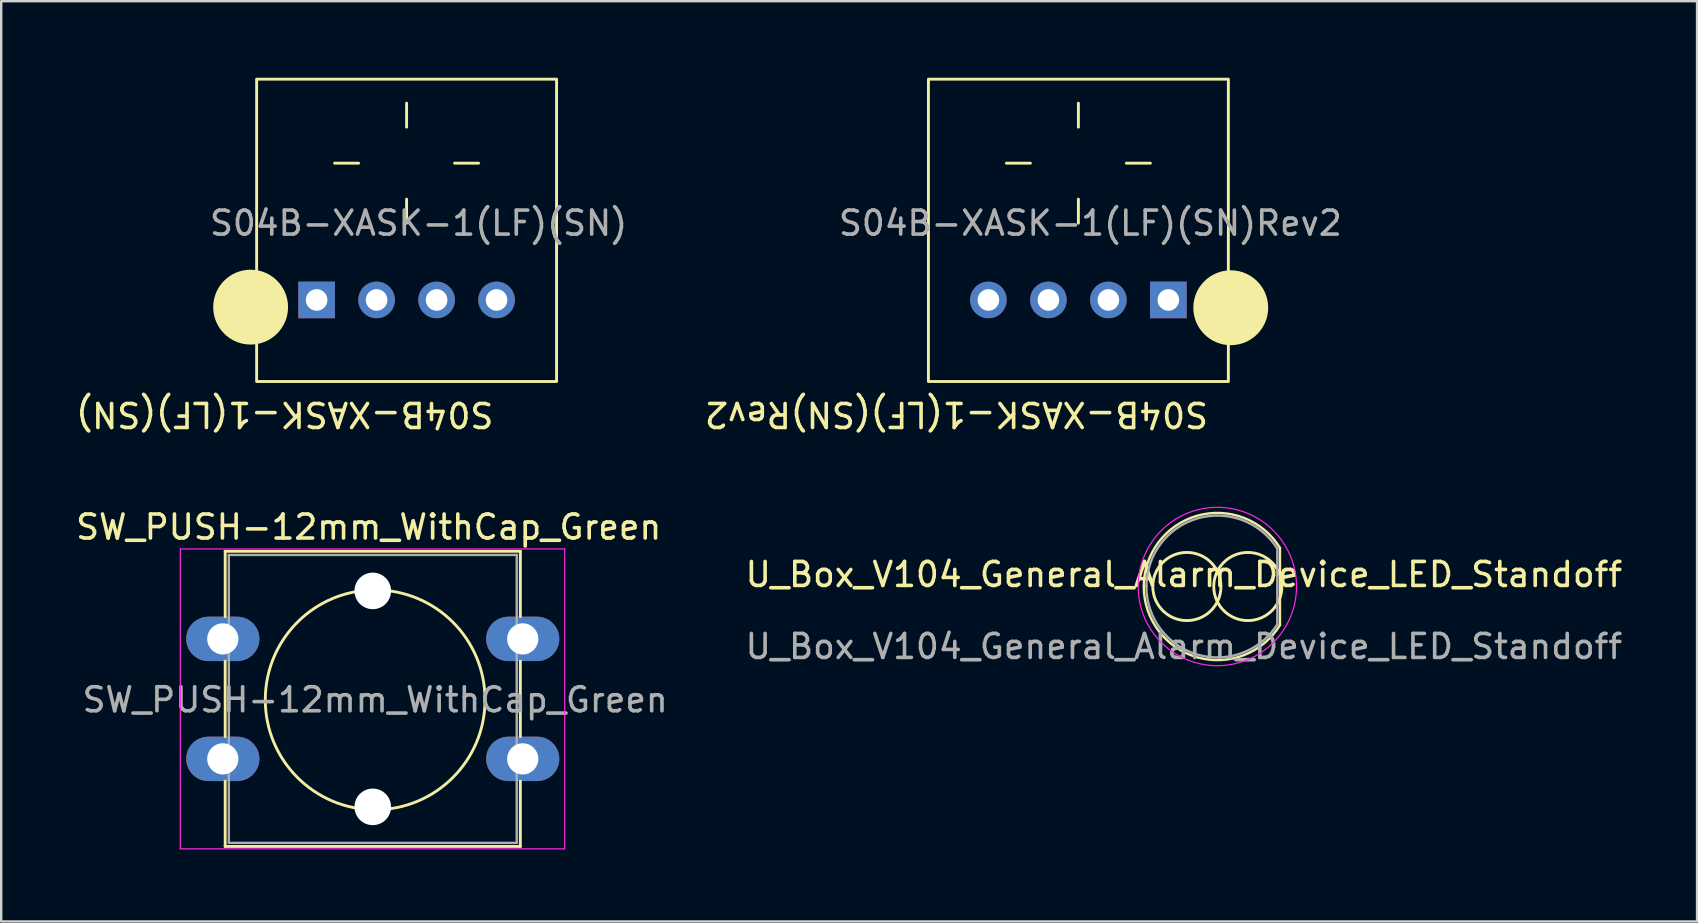
<source format=kicad_pcb>
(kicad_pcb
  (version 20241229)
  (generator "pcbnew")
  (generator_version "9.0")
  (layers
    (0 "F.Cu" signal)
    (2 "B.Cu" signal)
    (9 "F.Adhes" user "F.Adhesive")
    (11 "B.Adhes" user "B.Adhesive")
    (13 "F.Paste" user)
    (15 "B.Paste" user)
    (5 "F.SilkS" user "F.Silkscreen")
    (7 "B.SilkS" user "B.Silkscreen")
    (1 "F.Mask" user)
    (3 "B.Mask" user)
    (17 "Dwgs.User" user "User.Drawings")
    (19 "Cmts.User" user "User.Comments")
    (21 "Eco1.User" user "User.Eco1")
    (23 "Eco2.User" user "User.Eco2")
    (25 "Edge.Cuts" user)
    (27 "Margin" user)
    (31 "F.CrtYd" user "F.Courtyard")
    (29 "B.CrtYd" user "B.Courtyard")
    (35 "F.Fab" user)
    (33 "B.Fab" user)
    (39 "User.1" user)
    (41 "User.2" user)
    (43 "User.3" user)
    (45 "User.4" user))
  (footprint "SW_PUSH-12mm_WithCap_Green"
    (layer "F.Cu")
    (at 6.235 23.576)
    (property "Reference" "SW_PUSH-12mm_WithCap_Green" (at 6.08 -4.66 0) (layer "F.SilkS") (effects (font (size 1 1) (thickness 0.15))))
    (attr through_hole)
    (fp_line (start 0.1 -3.65) (end 12.4 -3.65) (stroke (width 0.12) (type solid)) (layer "F.SilkS"))
    (fp_line (start 0.1 -0.93) (end 0.1 -3.65) (stroke (width 0.12) (type solid)) (layer "F.SilkS"))
    (fp_line (start 0.1 4.07) (end 0.1 0.93) (stroke (width 0.12) (type solid)) (layer "F.SilkS"))
    (fp_line (start 0.1 8.65) (end 0.1 5.93) (stroke (width 0.12) (type solid)) (layer "F.SilkS"))
    (fp_line (start 12.4 -3.65) (end 12.4 -0.93) (stroke (width 0.12) (type solid)) (layer "F.SilkS"))
    (fp_line (start 12.4 0.93) (end 12.4 4.07) (stroke (width 0.12) (type solid)) (layer "F.SilkS"))
    (fp_line (start 12.4 5.93) (end 12.4 8.65) (stroke (width 0.12) (type solid)) (layer "F.SilkS"))
    (fp_line (start 12.4 8.65) (end 0.1 8.65) (stroke (width 0.12) (type solid)) (layer "F.SilkS"))
    (fp_circle (center 6.35 2.54) (end 10.16 5.08) (stroke (width 0.12) (type solid)) (fill no) (layer "F.SilkS"))
    (fp_line (start -1.77 -3.75) (end -1.77 8.75) (stroke (width 0.05) (type solid)) (layer "F.CrtYd"))
    (fp_line (start -1.77 -3.75) (end 14.25 -3.75) (stroke (width 0.05) (type solid)) (layer "F.CrtYd"))
    (fp_line (start 14.25 8.75) (end -1.77 8.75) (stroke (width 0.05) (type solid)) (layer "F.CrtYd"))
    (fp_line (start 14.25 8.75) (end 14.25 -3.75) (stroke (width 0.05) (type solid)) (layer "F.CrtYd"))
    (fp_line (start 0.25 -3.5) (end 0.25 8.5) (stroke (width 0.1) (type solid)) (layer "F.Fab"))
    (fp_line (start 0.25 -3.5) (end 12.25 -3.5) (stroke (width 0.1) (type solid)) (layer "F.Fab"))
    (fp_line (start 0.25 8.5) (end 12.25 8.5) (stroke (width 0.1) (type solid)) (layer "F.Fab"))
    (fp_line (start 12.25 -3.5) (end 12.25 8.5) (stroke (width 0.1) (type solid)) (layer "F.Fab"))
    (fp_text user "${REFERENCE}" (at 6.35 2.54 0) (layer "F.Fab") (effects (font (size 1 1) (thickness 0.15))))
    (pad "" np_thru_hole circle (at 6.25 -2) (size 1.524 1.524) (drill 1.8) (layers "*.Cu" "*.Mask"))
    (pad "" np_thru_hole circle (at 6.25 7) (size 1.524 1.524) (drill 1.8) (layers "*.Cu" "*.Mask"))
    (pad "1" thru_hole oval (at 0 0) (size 3.048 1.85) (drill 1.3) (layers "*.Cu" "*.Mask"))
    (pad "2" thru_hole oval (at 12.5 0) (size 3.048 1.85) (drill 1.3) (layers "*.Cu" "*.Mask"))
    (pad "3" thru_hole oval (at 0 5) (size 3.048 1.85) (drill 1.3) (layers "*.Cu" "*.Mask"))
    (pad "4" thru_hole oval (at 12.5 5) (size 3.048 1.85) (drill 1.3) (layers "*.Cu" "*.Mask")))
  (footprint "S04B-XASK-1(LF)(SN)Rev2"
    (layer "F.Cu")
    (at 41.892 0.25)
    (property "Reference" "S04B-XASK-1(LF)(SN)Rev2" (at -5.08 13.97 180) (unlocked yes) (layer "F.SilkS") (effects (font (size 1 1) (thickness 0.15))))
    (attr through_hole)
    (fp_line (start -2 3.5) (end -3 3.5) (stroke (width 0.12) (type solid)) (layer "F.SilkS"))
    (fp_line (start 0 2) (end 0 1) (stroke (width 0.12) (type solid)) (layer "F.SilkS"))
    (fp_line (start 0 5) (end 0 6) (stroke (width 0.12) (type solid)) (layer "F.SilkS"))
    (fp_line (start 2 3.5) (end 3 3.5) (stroke (width 0.12) (type solid)) (layer "F.SilkS"))
    (fp_rect (start -6.25 0) (end 6.25 12.6) (stroke (width 0.12) (type solid)) (fill no) (layer "F.SilkS"))
    (fp_circle (center 6.35 9.525) (end 7.85 9.525) (stroke (width 0.12) (type solid)) (fill yes) (layer "F.SilkS"))
    (fp_text user "${REFERENCE}" (at 0.5 6 0) (unlocked yes) (layer "F.Fab") (effects (font (size 1 1) (thickness 0.15))))
    (pad "" thru_hole circle (at 0 3.5) (size 0.001 0.001) (drill oval 2.8 2) (layers "*.Mask" "Dwgs.User"))
    (pad "1" thru_hole rect (at 3.75 9.2) (size 1.524 1.524) (drill 0.9) (layers "*.Cu" "*.Mask"))
    (pad "2" thru_hole circle (at 1.25 9.2) (size 1.524 1.524) (drill 0.9) (layers "*.Cu" "*.Mask"))
    (pad "3" thru_hole circle (at -1.25 9.2) (size 1.524 1.524) (drill 0.9) (layers "*.Cu" "*.Mask"))
    (pad "4" thru_hole circle (at -3.75 9.2) (size 1.524 1.524) (drill 0.9) (layers "*.Cu" "*.Mask")))
  (footprint "U_Box_V104_General_Alarm_Device_LED_Standoff"
    (layer "F.Cu")
    (at 46.413 21.393)
    (property "Reference" "U_Box_V104_General_Alarm_Device_LED_Standoff" (at -0.125 -0.5 0) (unlocked yes) (layer "F.SilkS") (effects (font (size 1 1) (thickness 0.15))))
    (attr smd)
    (fp_line (start 3.88 1.6) (end 3.88 -1.61) (stroke (width 0.1) (type solid)) (layer "F.SilkS"))
    (fp_arc (start 3.881718 1.607211) (mid -1.796626 0.001638) (end 3.88 -1.61) (stroke (width 0.1) (type solid)) (layer "F.SilkS"))
    (fp_circle (center 0 0) (end 0.635 1.27) (stroke (width 0.12) (type solid)) (fill no) (layer "F.SilkS"))
    (fp_circle (center 2.54 0) (end 3.175 1.27) (stroke (width 0.12) (type solid)) (fill no) (layer "F.SilkS"))
    (fp_circle (center 1.27 0) (end -2.03 0) (stroke (width 0.05) (type solid)) (fill no) (layer "F.CrtYd"))
    (fp_line (start -1.68 -0.01) (end -1.68 -0.01) (stroke (width 0.1) (type solid)) (layer "F.Fab"))
    (fp_line (start 3.77 -1.58) (end 3.77 1.58) (stroke (width 0.1) (type solid)) (layer "F.Fab"))
    (fp_arc (start 3.77 1.58) (mid -1.687431 0) (end 3.77 -1.58) (stroke (width 0.1) (type solid)) (layer "F.Fab"))
    (fp_text user "${REFERENCE}" (at -0.125 2.5 0) (unlocked yes) (layer "F.Fab") (effects (font (size 1 1) (thickness 0.15)))))
  (footprint "S04B-XASK-1(LF)(SN)"
    (layer "F.Cu")
    (at 13.895 0.25)
    (property "Reference" "S04B-XASK-1(LF)(SN)" (at -5.08 13.97 180) (unlocked yes) (layer "F.SilkS") (effects (font (size 1 1) (thickness 0.15))))
    (attr through_hole)
    (fp_line (start -2 3.5) (end -3 3.5) (stroke (width 0.12) (type solid)) (layer "F.SilkS"))
    (fp_line (start 0 2) (end 0 1) (stroke (width 0.12) (type solid)) (layer "F.SilkS"))
    (fp_line (start 0 5) (end 0 6) (stroke (width 0.12) (type solid)) (layer "F.SilkS"))
    (fp_line (start 2 3.5) (end 3 3.5) (stroke (width 0.12) (type solid)) (layer "F.SilkS"))
    (fp_rect (start -6.25 0) (end 6.25 12.6) (stroke (width 0.12) (type solid)) (fill no) (layer "F.SilkS"))
    (fp_circle (center -6.5 9.5) (end -5 9.5) (stroke (width 0.12) (type solid)) (fill yes) (layer "F.SilkS"))
    (fp_text user "${REFERENCE}" (at 0.5 6 0) (unlocked yes) (layer "F.Fab") (effects (font (size 1 1) (thickness 0.15))))
    (pad "" thru_hole circle (at 0 3.5) (size 0.001 0.001) (drill oval 2.8 2) (layers "*.Mask" "Dwgs.User"))
    (pad "1" thru_hole rect (at -3.75 9.2) (size 1.524 1.524) (drill 0.9) (layers "*.Cu" "*.Mask"))
    (pad "2" thru_hole circle (at -1.25 9.2) (size 1.524 1.524) (drill 0.9) (layers "*.Cu" "*.Mask"))
    (pad "3" thru_hole circle (at 1.25 9.2) (size 1.524 1.524) (drill 0.9) (layers "*.Cu" "*.Mask"))
    (pad "4" thru_hole circle (at 3.75 9.2) (size 1.524 1.524) (drill 0.9) (layers "*.Cu" "*.Mask")))
  (gr_rect
    (start -3 -3)
    (end 67.675 35.352)
    (stroke (width 0.1) (type default))
    (fill no)
    (layer "Edge.Cuts")))
</source>
